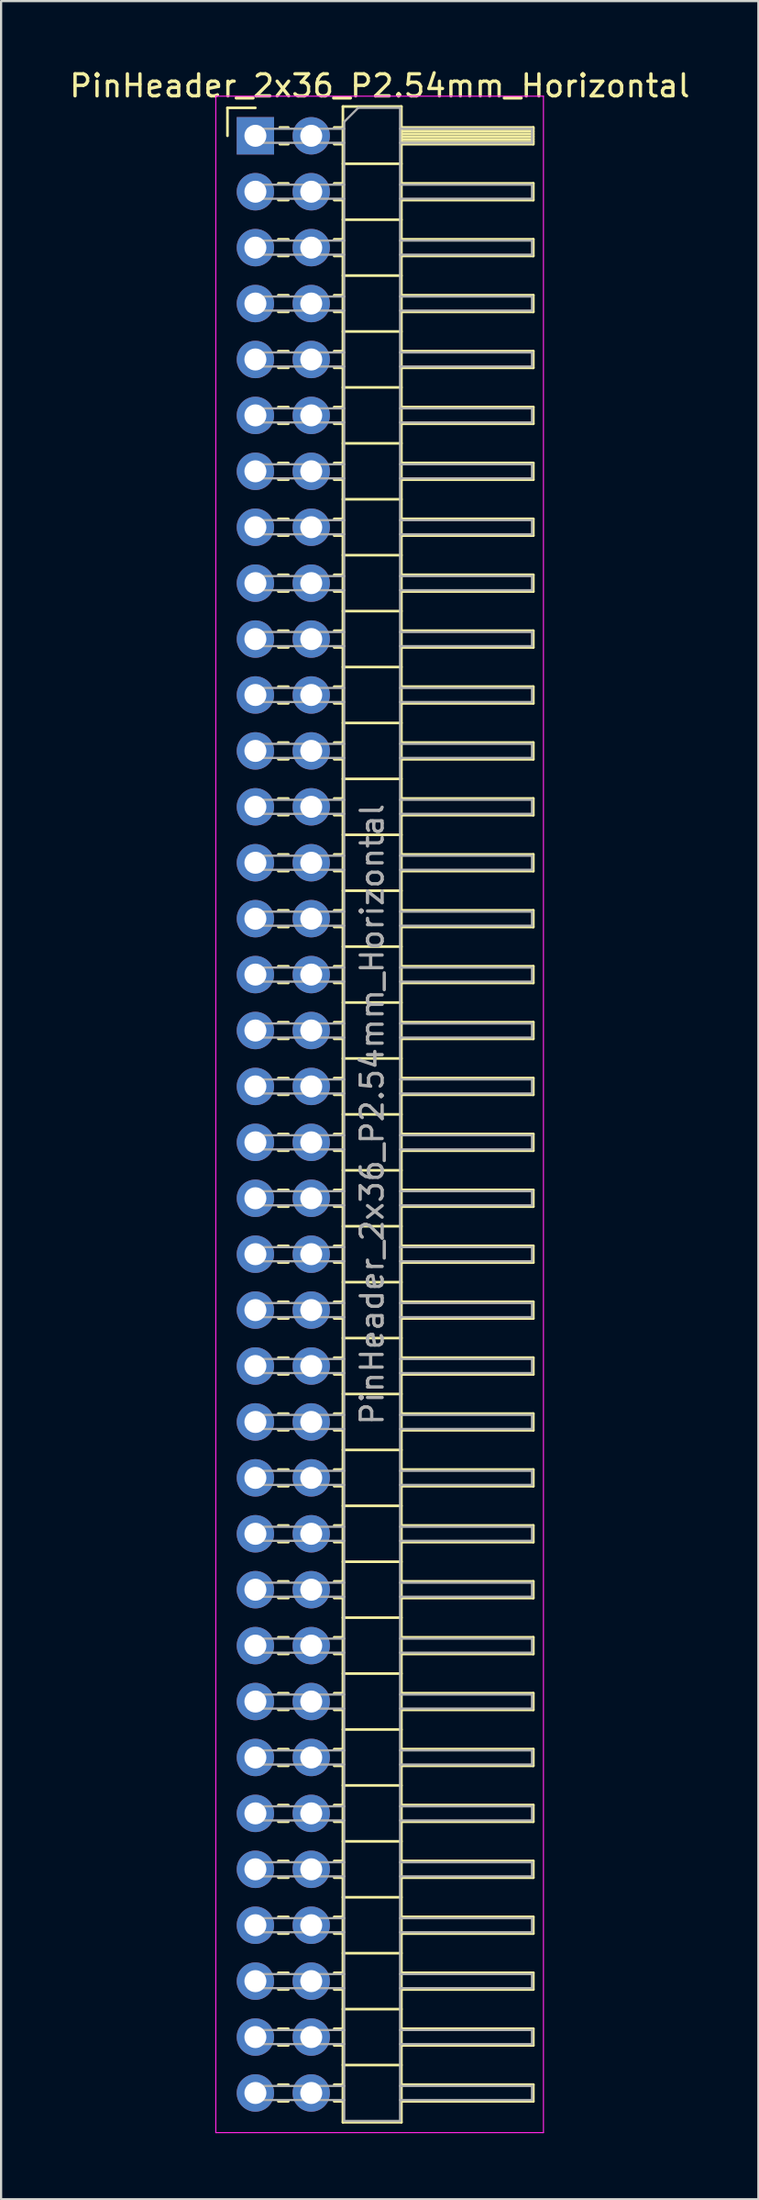
<source format=kicad_pcb>
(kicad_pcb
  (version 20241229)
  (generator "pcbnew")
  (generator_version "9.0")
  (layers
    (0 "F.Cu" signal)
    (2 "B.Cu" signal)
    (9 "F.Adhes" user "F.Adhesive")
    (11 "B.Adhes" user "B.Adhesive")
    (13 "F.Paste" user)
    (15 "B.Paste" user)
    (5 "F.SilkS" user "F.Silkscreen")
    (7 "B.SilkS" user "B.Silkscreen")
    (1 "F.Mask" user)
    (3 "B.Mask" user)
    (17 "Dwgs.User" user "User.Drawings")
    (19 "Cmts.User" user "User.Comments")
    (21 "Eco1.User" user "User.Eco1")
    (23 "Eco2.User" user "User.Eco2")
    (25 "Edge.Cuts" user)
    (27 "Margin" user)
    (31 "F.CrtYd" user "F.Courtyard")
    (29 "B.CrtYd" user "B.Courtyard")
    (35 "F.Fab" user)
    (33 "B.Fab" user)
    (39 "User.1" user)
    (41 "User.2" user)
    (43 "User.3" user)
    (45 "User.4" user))
  (footprint "PinHeader_2x36_P2.54mm_Horizontal"
    (layer "F.Cu")
    (at 8.565 3.118)
    (property "Reference" "PinHeader_2x36_P2.54mm_Horizontal" (at 5.655 -2.27 0) (layer "F.SilkS") (effects (font (size 1 1) (thickness 0.15))))
    (attr through_hole)
    (fp_line (start -1.27 -1.27) (end 0 -1.27) (stroke (width 0.12) (type solid)) (layer "F.SilkS"))
    (fp_line (start -1.27 0) (end -1.27 -1.27) (stroke (width 0.12) (type solid)) (layer "F.SilkS"))
    (fp_line (start 1.043 2.16) (end 1.497 2.16) (stroke (width 0.12) (type solid)) (layer "F.SilkS"))
    (fp_line (start 1.043 2.92) (end 1.497 2.92) (stroke (width 0.12) (type solid)) (layer "F.SilkS"))
    (fp_line (start 1.043 4.7) (end 1.497 4.7) (stroke (width 0.12) (type solid)) (layer "F.SilkS"))
    (fp_line (start 1.043 5.46) (end 1.497 5.46) (stroke (width 0.12) (type solid)) (layer "F.SilkS"))
    (fp_line (start 1.043 7.24) (end 1.497 7.24) (stroke (width 0.12) (type solid)) (layer "F.SilkS"))
    (fp_line (start 1.043 8) (end 1.497 8) (stroke (width 0.12) (type solid)) (layer "F.SilkS"))
    (fp_line (start 1.043 9.78) (end 1.497 9.78) (stroke (width 0.12) (type solid)) (layer "F.SilkS"))
    (fp_line (start 1.043 10.54) (end 1.497 10.54) (stroke (width 0.12) (type solid)) (layer "F.SilkS"))
    (fp_line (start 1.043 12.32) (end 1.497 12.32) (stroke (width 0.12) (type solid)) (layer "F.SilkS"))
    (fp_line (start 1.043 13.08) (end 1.497 13.08) (stroke (width 0.12) (type solid)) (layer "F.SilkS"))
    (fp_line (start 1.043 14.86) (end 1.497 14.86) (stroke (width 0.12) (type solid)) (layer "F.SilkS"))
    (fp_line (start 1.043 15.62) (end 1.497 15.62) (stroke (width 0.12) (type solid)) (layer "F.SilkS"))
    (fp_line (start 1.043 17.4) (end 1.497 17.4) (stroke (width 0.12) (type solid)) (layer "F.SilkS"))
    (fp_line (start 1.043 18.16) (end 1.497 18.16) (stroke (width 0.12) (type solid)) (layer "F.SilkS"))
    (fp_line (start 1.043 19.94) (end 1.497 19.94) (stroke (width 0.12) (type solid)) (layer "F.SilkS"))
    (fp_line (start 1.043 20.7) (end 1.497 20.7) (stroke (width 0.12) (type solid)) (layer "F.SilkS"))
    (fp_line (start 1.043 22.48) (end 1.497 22.48) (stroke (width 0.12) (type solid)) (layer "F.SilkS"))
    (fp_line (start 1.043 23.24) (end 1.497 23.24) (stroke (width 0.12) (type solid)) (layer "F.SilkS"))
    (fp_line (start 1.043 25.02) (end 1.497 25.02) (stroke (width 0.12) (type solid)) (layer "F.SilkS"))
    (fp_line (start 1.043 25.78) (end 1.497 25.78) (stroke (width 0.12) (type solid)) (layer "F.SilkS"))
    (fp_line (start 1.043 27.56) (end 1.497 27.56) (stroke (width 0.12) (type solid)) (layer "F.SilkS"))
    (fp_line (start 1.043 28.32) (end 1.497 28.32) (stroke (width 0.12) (type solid)) (layer "F.SilkS"))
    (fp_line (start 1.043 30.1) (end 1.497 30.1) (stroke (width 0.12) (type solid)) (layer "F.SilkS"))
    (fp_line (start 1.043 30.86) (end 1.497 30.86) (stroke (width 0.12) (type solid)) (layer "F.SilkS"))
    (fp_line (start 1.043 32.64) (end 1.497 32.64) (stroke (width 0.12) (type solid)) (layer "F.SilkS"))
    (fp_line (start 1.043 33.4) (end 1.497 33.4) (stroke (width 0.12) (type solid)) (layer "F.SilkS"))
    (fp_line (start 1.043 35.18) (end 1.497 35.18) (stroke (width 0.12) (type solid)) (layer "F.SilkS"))
    (fp_line (start 1.043 35.94) (end 1.497 35.94) (stroke (width 0.12) (type solid)) (layer "F.SilkS"))
    (fp_line (start 1.043 37.72) (end 1.497 37.72) (stroke (width 0.12) (type solid)) (layer "F.SilkS"))
    (fp_line (start 1.043 38.48) (end 1.497 38.48) (stroke (width 0.12) (type solid)) (layer "F.SilkS"))
    (fp_line (start 1.043 40.26) (end 1.497 40.26) (stroke (width 0.12) (type solid)) (layer "F.SilkS"))
    (fp_line (start 1.043 41.02) (end 1.497 41.02) (stroke (width 0.12) (type solid)) (layer "F.SilkS"))
    (fp_line (start 1.043 42.8) (end 1.497 42.8) (stroke (width 0.12) (type solid)) (layer "F.SilkS"))
    (fp_line (start 1.043 43.56) (end 1.497 43.56) (stroke (width 0.12) (type solid)) (layer "F.SilkS"))
    (fp_line (start 1.043 45.34) (end 1.497 45.34) (stroke (width 0.12) (type solid)) (layer "F.SilkS"))
    (fp_line (start 1.043 46.1) (end 1.497 46.1) (stroke (width 0.12) (type solid)) (layer "F.SilkS"))
    (fp_line (start 1.043 47.88) (end 1.497 47.88) (stroke (width 0.12) (type solid)) (layer "F.SilkS"))
    (fp_line (start 1.043 48.64) (end 1.497 48.64) (stroke (width 0.12) (type solid)) (layer "F.SilkS"))
    (fp_line (start 1.043 50.42) (end 1.497 50.42) (stroke (width 0.12) (type solid)) (layer "F.SilkS"))
    (fp_line (start 1.043 51.18) (end 1.497 51.18) (stroke (width 0.12) (type solid)) (layer "F.SilkS"))
    (fp_line (start 1.043 52.96) (end 1.497 52.96) (stroke (width 0.12) (type solid)) (layer "F.SilkS"))
    (fp_line (start 1.043 53.72) (end 1.497 53.72) (stroke (width 0.12) (type solid)) (layer "F.SilkS"))
    (fp_line (start 1.043 55.5) (end 1.497 55.5) (stroke (width 0.12) (type solid)) (layer "F.SilkS"))
    (fp_line (start 1.043 56.26) (end 1.497 56.26) (stroke (width 0.12) (type solid)) (layer "F.SilkS"))
    (fp_line (start 1.043 58.04) (end 1.497 58.04) (stroke (width 0.12) (type solid)) (layer "F.SilkS"))
    (fp_line (start 1.043 58.8) (end 1.497 58.8) (stroke (width 0.12) (type solid)) (layer "F.SilkS"))
    (fp_line (start 1.043 60.58) (end 1.497 60.58) (stroke (width 0.12) (type solid)) (layer "F.SilkS"))
    (fp_line (start 1.043 61.34) (end 1.497 61.34) (stroke (width 0.12) (type solid)) (layer "F.SilkS"))
    (fp_line (start 1.043 63.12) (end 1.497 63.12) (stroke (width 0.12) (type solid)) (layer "F.SilkS"))
    (fp_line (start 1.043 63.88) (end 1.497 63.88) (stroke (width 0.12) (type solid)) (layer "F.SilkS"))
    (fp_line (start 1.043 65.66) (end 1.497 65.66) (stroke (width 0.12) (type solid)) (layer "F.SilkS"))
    (fp_line (start 1.043 66.42) (end 1.497 66.42) (stroke (width 0.12) (type solid)) (layer "F.SilkS"))
    (fp_line (start 1.043 68.2) (end 1.497 68.2) (stroke (width 0.12) (type solid)) (layer "F.SilkS"))
    (fp_line (start 1.043 68.96) (end 1.497 68.96) (stroke (width 0.12) (type solid)) (layer "F.SilkS"))
    (fp_line (start 1.043 70.74) (end 1.497 70.74) (stroke (width 0.12) (type solid)) (layer "F.SilkS"))
    (fp_line (start 1.043 71.5) (end 1.497 71.5) (stroke (width 0.12) (type solid)) (layer "F.SilkS"))
    (fp_line (start 1.043 73.28) (end 1.497 73.28) (stroke (width 0.12) (type solid)) (layer "F.SilkS"))
    (fp_line (start 1.043 74.04) (end 1.497 74.04) (stroke (width 0.12) (type solid)) (layer "F.SilkS"))
    (fp_line (start 1.043 75.82) (end 1.497 75.82) (stroke (width 0.12) (type solid)) (layer "F.SilkS"))
    (fp_line (start 1.043 76.58) (end 1.497 76.58) (stroke (width 0.12) (type solid)) (layer "F.SilkS"))
    (fp_line (start 1.043 78.36) (end 1.497 78.36) (stroke (width 0.12) (type solid)) (layer "F.SilkS"))
    (fp_line (start 1.043 79.12) (end 1.497 79.12) (stroke (width 0.12) (type solid)) (layer "F.SilkS"))
    (fp_line (start 1.043 80.9) (end 1.497 80.9) (stroke (width 0.12) (type solid)) (layer "F.SilkS"))
    (fp_line (start 1.043 81.66) (end 1.497 81.66) (stroke (width 0.12) (type solid)) (layer "F.SilkS"))
    (fp_line (start 1.043 83.44) (end 1.497 83.44) (stroke (width 0.12) (type solid)) (layer "F.SilkS"))
    (fp_line (start 1.043 84.2) (end 1.497 84.2) (stroke (width 0.12) (type solid)) (layer "F.SilkS"))
    (fp_line (start 1.043 85.98) (end 1.497 85.98) (stroke (width 0.12) (type solid)) (layer "F.SilkS"))
    (fp_line (start 1.043 86.74) (end 1.497 86.74) (stroke (width 0.12) (type solid)) (layer "F.SilkS"))
    (fp_line (start 1.043 88.52) (end 1.497 88.52) (stroke (width 0.12) (type solid)) (layer "F.SilkS"))
    (fp_line (start 1.043 89.28) (end 1.497 89.28) (stroke (width 0.12) (type solid)) (layer "F.SilkS"))
    (fp_line (start 1.11 -0.38) (end 1.497 -0.38) (stroke (width 0.12) (type solid)) (layer "F.SilkS"))
    (fp_line (start 1.11 0.38) (end 1.497 0.38) (stroke (width 0.12) (type solid)) (layer "F.SilkS"))
    (fp_line (start 3.583 -0.38) (end 3.98 -0.38) (stroke (width 0.12) (type solid)) (layer "F.SilkS"))
    (fp_line (start 3.583 0.38) (end 3.98 0.38) (stroke (width 0.12) (type solid)) (layer "F.SilkS"))
    (fp_line (start 3.583 2.16) (end 3.98 2.16) (stroke (width 0.12) (type solid)) (layer "F.SilkS"))
    (fp_line (start 3.583 2.92) (end 3.98 2.92) (stroke (width 0.12) (type solid)) (layer "F.SilkS"))
    (fp_line (start 3.583 4.7) (end 3.98 4.7) (stroke (width 0.12) (type solid)) (layer "F.SilkS"))
    (fp_line (start 3.583 5.46) (end 3.98 5.46) (stroke (width 0.12) (type solid)) (layer "F.SilkS"))
    (fp_line (start 3.583 7.24) (end 3.98 7.24) (stroke (width 0.12) (type solid)) (layer "F.SilkS"))
    (fp_line (start 3.583 8) (end 3.98 8) (stroke (width 0.12) (type solid)) (layer "F.SilkS"))
    (fp_line (start 3.583 9.78) (end 3.98 9.78) (stroke (width 0.12) (type solid)) (layer "F.SilkS"))
    (fp_line (start 3.583 10.54) (end 3.98 10.54) (stroke (width 0.12) (type solid)) (layer "F.SilkS"))
    (fp_line (start 3.583 12.32) (end 3.98 12.32) (stroke (width 0.12) (type solid)) (layer "F.SilkS"))
    (fp_line (start 3.583 13.08) (end 3.98 13.08) (stroke (width 0.12) (type solid)) (layer "F.SilkS"))
    (fp_line (start 3.583 14.86) (end 3.98 14.86) (stroke (width 0.12) (type solid)) (layer "F.SilkS"))
    (fp_line (start 3.583 15.62) (end 3.98 15.62) (stroke (width 0.12) (type solid)) (layer "F.SilkS"))
    (fp_line (start 3.583 17.4) (end 3.98 17.4) (stroke (width 0.12) (type solid)) (layer "F.SilkS"))
    (fp_line (start 3.583 18.16) (end 3.98 18.16) (stroke (width 0.12) (type solid)) (layer "F.SilkS"))
    (fp_line (start 3.583 19.94) (end 3.98 19.94) (stroke (width 0.12) (type solid)) (layer "F.SilkS"))
    (fp_line (start 3.583 20.7) (end 3.98 20.7) (stroke (width 0.12) (type solid)) (layer "F.SilkS"))
    (fp_line (start 3.583 22.48) (end 3.98 22.48) (stroke (width 0.12) (type solid)) (layer "F.SilkS"))
    (fp_line (start 3.583 23.24) (end 3.98 23.24) (stroke (width 0.12) (type solid)) (layer "F.SilkS"))
    (fp_line (start 3.583 25.02) (end 3.98 25.02) (stroke (width 0.12) (type solid)) (layer "F.SilkS"))
    (fp_line (start 3.583 25.78) (end 3.98 25.78) (stroke (width 0.12) (type solid)) (layer "F.SilkS"))
    (fp_line (start 3.583 27.56) (end 3.98 27.56) (stroke (width 0.12) (type solid)) (layer "F.SilkS"))
    (fp_line (start 3.583 28.32) (end 3.98 28.32) (stroke (width 0.12) (type solid)) (layer "F.SilkS"))
    (fp_line (start 3.583 30.1) (end 3.98 30.1) (stroke (width 0.12) (type solid)) (layer "F.SilkS"))
    (fp_line (start 3.583 30.86) (end 3.98 30.86) (stroke (width 0.12) (type solid)) (layer "F.SilkS"))
    (fp_line (start 3.583 32.64) (end 3.98 32.64) (stroke (width 0.12) (type solid)) (layer "F.SilkS"))
    (fp_line (start 3.583 33.4) (end 3.98 33.4) (stroke (width 0.12) (type solid)) (layer "F.SilkS"))
    (fp_line (start 3.583 35.18) (end 3.98 35.18) (stroke (width 0.12) (type solid)) (layer "F.SilkS"))
    (fp_line (start 3.583 35.94) (end 3.98 35.94) (stroke (width 0.12) (type solid)) (layer "F.SilkS"))
    (fp_line (start 3.583 37.72) (end 3.98 37.72) (stroke (width 0.12) (type solid)) (layer "F.SilkS"))
    (fp_line (start 3.583 38.48) (end 3.98 38.48) (stroke (width 0.12) (type solid)) (layer "F.SilkS"))
    (fp_line (start 3.583 40.26) (end 3.98 40.26) (stroke (width 0.12) (type solid)) (layer "F.SilkS"))
    (fp_line (start 3.583 41.02) (end 3.98 41.02) (stroke (width 0.12) (type solid)) (layer "F.SilkS"))
    (fp_line (start 3.583 42.8) (end 3.98 42.8) (stroke (width 0.12) (type solid)) (layer "F.SilkS"))
    (fp_line (start 3.583 43.56) (end 3.98 43.56) (stroke (width 0.12) (type solid)) (layer "F.SilkS"))
    (fp_line (start 3.583 45.34) (end 3.98 45.34) (stroke (width 0.12) (type solid)) (layer "F.SilkS"))
    (fp_line (start 3.583 46.1) (end 3.98 46.1) (stroke (width 0.12) (type solid)) (layer "F.SilkS"))
    (fp_line (start 3.583 47.88) (end 3.98 47.88) (stroke (width 0.12) (type solid)) (layer "F.SilkS"))
    (fp_line (start 3.583 48.64) (end 3.98 48.64) (stroke (width 0.12) (type solid)) (layer "F.SilkS"))
    (fp_line (start 3.583 50.42) (end 3.98 50.42) (stroke (width 0.12) (type solid)) (layer "F.SilkS"))
    (fp_line (start 3.583 51.18) (end 3.98 51.18) (stroke (width 0.12) (type solid)) (layer "F.SilkS"))
    (fp_line (start 3.583 52.96) (end 3.98 52.96) (stroke (width 0.12) (type solid)) (layer "F.SilkS"))
    (fp_line (start 3.583 53.72) (end 3.98 53.72) (stroke (width 0.12) (type solid)) (layer "F.SilkS"))
    (fp_line (start 3.583 55.5) (end 3.98 55.5) (stroke (width 0.12) (type solid)) (layer "F.SilkS"))
    (fp_line (start 3.583 56.26) (end 3.98 56.26) (stroke (width 0.12) (type solid)) (layer "F.SilkS"))
    (fp_line (start 3.583 58.04) (end 3.98 58.04) (stroke (width 0.12) (type solid)) (layer "F.SilkS"))
    (fp_line (start 3.583 58.8) (end 3.98 58.8) (stroke (width 0.12) (type solid)) (layer "F.SilkS"))
    (fp_line (start 3.583 60.58) (end 3.98 60.58) (stroke (width 0.12) (type solid)) (layer "F.SilkS"))
    (fp_line (start 3.583 61.34) (end 3.98 61.34) (stroke (width 0.12) (type solid)) (layer "F.SilkS"))
    (fp_line (start 3.583 63.12) (end 3.98 63.12) (stroke (width 0.12) (type solid)) (layer "F.SilkS"))
    (fp_line (start 3.583 63.88) (end 3.98 63.88) (stroke (width 0.12) (type solid)) (layer "F.SilkS"))
    (fp_line (start 3.583 65.66) (end 3.98 65.66) (stroke (width 0.12) (type solid)) (layer "F.SilkS"))
    (fp_line (start 3.583 66.42) (end 3.98 66.42) (stroke (width 0.12) (type solid)) (layer "F.SilkS"))
    (fp_line (start 3.583 68.2) (end 3.98 68.2) (stroke (width 0.12) (type solid)) (layer "F.SilkS"))
    (fp_line (start 3.583 68.96) (end 3.98 68.96) (stroke (width 0.12) (type solid)) (layer "F.SilkS"))
    (fp_line (start 3.583 70.74) (end 3.98 70.74) (stroke (width 0.12) (type solid)) (layer "F.SilkS"))
    (fp_line (start 3.583 71.5) (end 3.98 71.5) (stroke (width 0.12) (type solid)) (layer "F.SilkS"))
    (fp_line (start 3.583 73.28) (end 3.98 73.28) (stroke (width 0.12) (type solid)) (layer "F.SilkS"))
    (fp_line (start 3.583 74.04) (end 3.98 74.04) (stroke (width 0.12) (type solid)) (layer "F.SilkS"))
    (fp_line (start 3.583 75.82) (end 3.98 75.82) (stroke (width 0.12) (type solid)) (layer "F.SilkS"))
    (fp_line (start 3.583 76.58) (end 3.98 76.58) (stroke (width 0.12) (type solid)) (layer "F.SilkS"))
    (fp_line (start 3.583 78.36) (end 3.98 78.36) (stroke (width 0.12) (type solid)) (layer "F.SilkS"))
    (fp_line (start 3.583 79.12) (end 3.98 79.12) (stroke (width 0.12) (type solid)) (layer "F.SilkS"))
    (fp_line (start 3.583 80.9) (end 3.98 80.9) (stroke (width 0.12) (type solid)) (layer "F.SilkS"))
    (fp_line (start 3.583 81.66) (end 3.98 81.66) (stroke (width 0.12) (type solid)) (layer "F.SilkS"))
    (fp_line (start 3.583 83.44) (end 3.98 83.44) (stroke (width 0.12) (type solid)) (layer "F.SilkS"))
    (fp_line (start 3.583 84.2) (end 3.98 84.2) (stroke (width 0.12) (type solid)) (layer "F.SilkS"))
    (fp_line (start 3.583 85.98) (end 3.98 85.98) (stroke (width 0.12) (type solid)) (layer "F.SilkS"))
    (fp_line (start 3.583 86.74) (end 3.98 86.74) (stroke (width 0.12) (type solid)) (layer "F.SilkS"))
    (fp_line (start 3.583 88.52) (end 3.98 88.52) (stroke (width 0.12) (type solid)) (layer "F.SilkS"))
    (fp_line (start 3.583 89.28) (end 3.98 89.28) (stroke (width 0.12) (type solid)) (layer "F.SilkS"))
    (fp_line (start 3.98 -1.33) (end 3.98 90.23) (stroke (width 0.12) (type solid)) (layer "F.SilkS"))
    (fp_line (start 3.98 1.27) (end 6.64 1.27) (stroke (width 0.12) (type solid)) (layer "F.SilkS"))
    (fp_line (start 3.98 3.81) (end 6.64 3.81) (stroke (width 0.12) (type solid)) (layer "F.SilkS"))
    (fp_line (start 3.98 6.35) (end 6.64 6.35) (stroke (width 0.12) (type solid)) (layer "F.SilkS"))
    (fp_line (start 3.98 8.89) (end 6.64 8.89) (stroke (width 0.12) (type solid)) (layer "F.SilkS"))
    (fp_line (start 3.98 11.43) (end 6.64 11.43) (stroke (width 0.12) (type solid)) (layer "F.SilkS"))
    (fp_line (start 3.98 13.97) (end 6.64 13.97) (stroke (width 0.12) (type solid)) (layer "F.SilkS"))
    (fp_line (start 3.98 16.51) (end 6.64 16.51) (stroke (width 0.12) (type solid)) (layer "F.SilkS"))
    (fp_line (start 3.98 19.05) (end 6.64 19.05) (stroke (width 0.12) (type solid)) (layer "F.SilkS"))
    (fp_line (start 3.98 21.59) (end 6.64 21.59) (stroke (width 0.12) (type solid)) (layer "F.SilkS"))
    (fp_line (start 3.98 24.13) (end 6.64 24.13) (stroke (width 0.12) (type solid)) (layer "F.SilkS"))
    (fp_line (start 3.98 26.67) (end 6.64 26.67) (stroke (width 0.12) (type solid)) (layer "F.SilkS"))
    (fp_line (start 3.98 29.21) (end 6.64 29.21) (stroke (width 0.12) (type solid)) (layer "F.SilkS"))
    (fp_line (start 3.98 31.75) (end 6.64 31.75) (stroke (width 0.12) (type solid)) (layer "F.SilkS"))
    (fp_line (start 3.98 34.29) (end 6.64 34.29) (stroke (width 0.12) (type solid)) (layer "F.SilkS"))
    (fp_line (start 3.98 36.83) (end 6.64 36.83) (stroke (width 0.12) (type solid)) (layer "F.SilkS"))
    (fp_line (start 3.98 39.37) (end 6.64 39.37) (stroke (width 0.12) (type solid)) (layer "F.SilkS"))
    (fp_line (start 3.98 41.91) (end 6.64 41.91) (stroke (width 0.12) (type solid)) (layer "F.SilkS"))
    (fp_line (start 3.98 44.45) (end 6.64 44.45) (stroke (width 0.12) (type solid)) (layer "F.SilkS"))
    (fp_line (start 3.98 46.99) (end 6.64 46.99) (stroke (width 0.12) (type solid)) (layer "F.SilkS"))
    (fp_line (start 3.98 49.53) (end 6.64 49.53) (stroke (width 0.12) (type solid)) (layer "F.SilkS"))
    (fp_line (start 3.98 52.07) (end 6.64 52.07) (stroke (width 0.12) (type solid)) (layer "F.SilkS"))
    (fp_line (start 3.98 54.61) (end 6.64 54.61) (stroke (width 0.12) (type solid)) (layer "F.SilkS"))
    (fp_line (start 3.98 57.15) (end 6.64 57.15) (stroke (width 0.12) (type solid)) (layer "F.SilkS"))
    (fp_line (start 3.98 59.69) (end 6.64 59.69) (stroke (width 0.12) (type solid)) (layer "F.SilkS"))
    (fp_line (start 3.98 62.23) (end 6.64 62.23) (stroke (width 0.12) (type solid)) (layer "F.SilkS"))
    (fp_line (start 3.98 64.77) (end 6.64 64.77) (stroke (width 0.12) (type solid)) (layer "F.SilkS"))
    (fp_line (start 3.98 67.31) (end 6.64 67.31) (stroke (width 0.12) (type solid)) (layer "F.SilkS"))
    (fp_line (start 3.98 69.85) (end 6.64 69.85) (stroke (width 0.12) (type solid)) (layer "F.SilkS"))
    (fp_line (start 3.98 72.39) (end 6.64 72.39) (stroke (width 0.12) (type solid)) (layer "F.SilkS"))
    (fp_line (start 3.98 74.93) (end 6.64 74.93) (stroke (width 0.12) (type solid)) (layer "F.SilkS"))
    (fp_line (start 3.98 77.47) (end 6.64 77.47) (stroke (width 0.12) (type solid)) (layer "F.SilkS"))
    (fp_line (start 3.98 80.01) (end 6.64 80.01) (stroke (width 0.12) (type solid)) (layer "F.SilkS"))
    (fp_line (start 3.98 82.55) (end 6.64 82.55) (stroke (width 0.12) (type solid)) (layer "F.SilkS"))
    (fp_line (start 3.98 85.09) (end 6.64 85.09) (stroke (width 0.12) (type solid)) (layer "F.SilkS"))
    (fp_line (start 3.98 87.63) (end 6.64 87.63) (stroke (width 0.12) (type solid)) (layer "F.SilkS"))
    (fp_line (start 3.98 90.23) (end 6.64 90.23) (stroke (width 0.12) (type solid)) (layer "F.SilkS"))
    (fp_line (start 6.64 -1.33) (end 3.98 -1.33) (stroke (width 0.12) (type solid)) (layer "F.SilkS"))
    (fp_line (start 6.64 -0.38) (end 12.64 -0.38) (stroke (width 0.12) (type solid)) (layer "F.SilkS"))
    (fp_line (start 6.64 -0.32) (end 12.64 -0.32) (stroke (width 0.12) (type solid)) (layer "F.SilkS"))
    (fp_line (start 6.64 -0.2) (end 12.64 -0.2) (stroke (width 0.12) (type solid)) (layer "F.SilkS"))
    (fp_line (start 6.64 -0.08) (end 12.64 -0.08) (stroke (width 0.12) (type solid)) (layer "F.SilkS"))
    (fp_line (start 6.64 0.04) (end 12.64 0.04) (stroke (width 0.12) (type solid)) (layer "F.SilkS"))
    (fp_line (start 6.64 0.16) (end 12.64 0.16) (stroke (width 0.12) (type solid)) (layer "F.SilkS"))
    (fp_line (start 6.64 0.28) (end 12.64 0.28) (stroke (width 0.12) (type solid)) (layer "F.SilkS"))
    (fp_line (start 6.64 2.16) (end 12.64 2.16) (stroke (width 0.12) (type solid)) (layer "F.SilkS"))
    (fp_line (start 6.64 4.7) (end 12.64 4.7) (stroke (width 0.12) (type solid)) (layer "F.SilkS"))
    (fp_line (start 6.64 7.24) (end 12.64 7.24) (stroke (width 0.12) (type solid)) (layer "F.SilkS"))
    (fp_line (start 6.64 9.78) (end 12.64 9.78) (stroke (width 0.12) (type solid)) (layer "F.SilkS"))
    (fp_line (start 6.64 12.32) (end 12.64 12.32) (stroke (width 0.12) (type solid)) (layer "F.SilkS"))
    (fp_line (start 6.64 14.86) (end 12.64 14.86) (stroke (width 0.12) (type solid)) (layer "F.SilkS"))
    (fp_line (start 6.64 17.4) (end 12.64 17.4) (stroke (width 0.12) (type solid)) (layer "F.SilkS"))
    (fp_line (start 6.64 19.94) (end 12.64 19.94) (stroke (width 0.12) (type solid)) (layer "F.SilkS"))
    (fp_line (start 6.64 22.48) (end 12.64 22.48) (stroke (width 0.12) (type solid)) (layer "F.SilkS"))
    (fp_line (start 6.64 25.02) (end 12.64 25.02) (stroke (width 0.12) (type solid)) (layer "F.SilkS"))
    (fp_line (start 6.64 27.56) (end 12.64 27.56) (stroke (width 0.12) (type solid)) (layer "F.SilkS"))
    (fp_line (start 6.64 30.1) (end 12.64 30.1) (stroke (width 0.12) (type solid)) (layer "F.SilkS"))
    (fp_line (start 6.64 32.64) (end 12.64 32.64) (stroke (width 0.12) (type solid)) (layer "F.SilkS"))
    (fp_line (start 6.64 35.18) (end 12.64 35.18) (stroke (width 0.12) (type solid)) (layer "F.SilkS"))
    (fp_line (start 6.64 37.72) (end 12.64 37.72) (stroke (width 0.12) (type solid)) (layer "F.SilkS"))
    (fp_line (start 6.64 40.26) (end 12.64 40.26) (stroke (width 0.12) (type solid)) (layer "F.SilkS"))
    (fp_line (start 6.64 42.8) (end 12.64 42.8) (stroke (width 0.12) (type solid)) (layer "F.SilkS"))
    (fp_line (start 6.64 45.34) (end 12.64 45.34) (stroke (width 0.12) (type solid)) (layer "F.SilkS"))
    (fp_line (start 6.64 47.88) (end 12.64 47.88) (stroke (width 0.12) (type solid)) (layer "F.SilkS"))
    (fp_line (start 6.64 50.42) (end 12.64 50.42) (stroke (width 0.12) (type solid)) (layer "F.SilkS"))
    (fp_line (start 6.64 52.96) (end 12.64 52.96) (stroke (width 0.12) (type solid)) (layer "F.SilkS"))
    (fp_line (start 6.64 55.5) (end 12.64 55.5) (stroke (width 0.12) (type solid)) (layer "F.SilkS"))
    (fp_line (start 6.64 58.04) (end 12.64 58.04) (stroke (width 0.12) (type solid)) (layer "F.SilkS"))
    (fp_line (start 6.64 60.58) (end 12.64 60.58) (stroke (width 0.12) (type solid)) (layer "F.SilkS"))
    (fp_line (start 6.64 63.12) (end 12.64 63.12) (stroke (width 0.12) (type solid)) (layer "F.SilkS"))
    (fp_line (start 6.64 65.66) (end 12.64 65.66) (stroke (width 0.12) (type solid)) (layer "F.SilkS"))
    (fp_line (start 6.64 68.2) (end 12.64 68.2) (stroke (width 0.12) (type solid)) (layer "F.SilkS"))
    (fp_line (start 6.64 70.74) (end 12.64 70.74) (stroke (width 0.12) (type solid)) (layer "F.SilkS"))
    (fp_line (start 6.64 73.28) (end 12.64 73.28) (stroke (width 0.12) (type solid)) (layer "F.SilkS"))
    (fp_line (start 6.64 75.82) (end 12.64 75.82) (stroke (width 0.12) (type solid)) (layer "F.SilkS"))
    (fp_line (start 6.64 78.36) (end 12.64 78.36) (stroke (width 0.12) (type solid)) (layer "F.SilkS"))
    (fp_line (start 6.64 80.9) (end 12.64 80.9) (stroke (width 0.12) (type solid)) (layer "F.SilkS"))
    (fp_line (start 6.64 83.44) (end 12.64 83.44) (stroke (width 0.12) (type solid)) (layer "F.SilkS"))
    (fp_line (start 6.64 85.98) (end 12.64 85.98) (stroke (width 0.12) (type solid)) (layer "F.SilkS"))
    (fp_line (start 6.64 88.52) (end 12.64 88.52) (stroke (width 0.12) (type solid)) (layer "F.SilkS"))
    (fp_line (start 6.64 90.23) (end 6.64 -1.33) (stroke (width 0.12) (type solid)) (layer "F.SilkS"))
    (fp_line (start 12.64 -0.38) (end 12.64 0.38) (stroke (width 0.12) (type solid)) (layer "F.SilkS"))
    (fp_line (start 12.64 0.38) (end 6.64 0.38) (stroke (width 0.12) (type solid)) (layer "F.SilkS"))
    (fp_line (start 12.64 2.16) (end 12.64 2.92) (stroke (width 0.12) (type solid)) (layer "F.SilkS"))
    (fp_line (start 12.64 2.92) (end 6.64 2.92) (stroke (width 0.12) (type solid)) (layer "F.SilkS"))
    (fp_line (start 12.64 4.7) (end 12.64 5.46) (stroke (width 0.12) (type solid)) (layer "F.SilkS"))
    (fp_line (start 12.64 5.46) (end 6.64 5.46) (stroke (width 0.12) (type solid)) (layer "F.SilkS"))
    (fp_line (start 12.64 7.24) (end 12.64 8) (stroke (width 0.12) (type solid)) (layer "F.SilkS"))
    (fp_line (start 12.64 8) (end 6.64 8) (stroke (width 0.12) (type solid)) (layer "F.SilkS"))
    (fp_line (start 12.64 9.78) (end 12.64 10.54) (stroke (width 0.12) (type solid)) (layer "F.SilkS"))
    (fp_line (start 12.64 10.54) (end 6.64 10.54) (stroke (width 0.12) (type solid)) (layer "F.SilkS"))
    (fp_line (start 12.64 12.32) (end 12.64 13.08) (stroke (width 0.12) (type solid)) (layer "F.SilkS"))
    (fp_line (start 12.64 13.08) (end 6.64 13.08) (stroke (width 0.12) (type solid)) (layer "F.SilkS"))
    (fp_line (start 12.64 14.86) (end 12.64 15.62) (stroke (width 0.12) (type solid)) (layer "F.SilkS"))
    (fp_line (start 12.64 15.62) (end 6.64 15.62) (stroke (width 0.12) (type solid)) (layer "F.SilkS"))
    (fp_line (start 12.64 17.4) (end 12.64 18.16) (stroke (width 0.12) (type solid)) (layer "F.SilkS"))
    (fp_line (start 12.64 18.16) (end 6.64 18.16) (stroke (width 0.12) (type solid)) (layer "F.SilkS"))
    (fp_line (start 12.64 19.94) (end 12.64 20.7) (stroke (width 0.12) (type solid)) (layer "F.SilkS"))
    (fp_line (start 12.64 20.7) (end 6.64 20.7) (stroke (width 0.12) (type solid)) (layer "F.SilkS"))
    (fp_line (start 12.64 22.48) (end 12.64 23.24) (stroke (width 0.12) (type solid)) (layer "F.SilkS"))
    (fp_line (start 12.64 23.24) (end 6.64 23.24) (stroke (width 0.12) (type solid)) (layer "F.SilkS"))
    (fp_line (start 12.64 25.02) (end 12.64 25.78) (stroke (width 0.12) (type solid)) (layer "F.SilkS"))
    (fp_line (start 12.64 25.78) (end 6.64 25.78) (stroke (width 0.12) (type solid)) (layer "F.SilkS"))
    (fp_line (start 12.64 27.56) (end 12.64 28.32) (stroke (width 0.12) (type solid)) (layer "F.SilkS"))
    (fp_line (start 12.64 28.32) (end 6.64 28.32) (stroke (width 0.12) (type solid)) (layer "F.SilkS"))
    (fp_line (start 12.64 30.1) (end 12.64 30.86) (stroke (width 0.12) (type solid)) (layer "F.SilkS"))
    (fp_line (start 12.64 30.86) (end 6.64 30.86) (stroke (width 0.12) (type solid)) (layer "F.SilkS"))
    (fp_line (start 12.64 32.64) (end 12.64 33.4) (stroke (width 0.12) (type solid)) (layer "F.SilkS"))
    (fp_line (start 12.64 33.4) (end 6.64 33.4) (stroke (width 0.12) (type solid)) (layer "F.SilkS"))
    (fp_line (start 12.64 35.18) (end 12.64 35.94) (stroke (width 0.12) (type solid)) (layer "F.SilkS"))
    (fp_line (start 12.64 35.94) (end 6.64 35.94) (stroke (width 0.12) (type solid)) (layer "F.SilkS"))
    (fp_line (start 12.64 37.72) (end 12.64 38.48) (stroke (width 0.12) (type solid)) (layer "F.SilkS"))
    (fp_line (start 12.64 38.48) (end 6.64 38.48) (stroke (width 0.12) (type solid)) (layer "F.SilkS"))
    (fp_line (start 12.64 40.26) (end 12.64 41.02) (stroke (width 0.12) (type solid)) (layer "F.SilkS"))
    (fp_line (start 12.64 41.02) (end 6.64 41.02) (stroke (width 0.12) (type solid)) (layer "F.SilkS"))
    (fp_line (start 12.64 42.8) (end 12.64 43.56) (stroke (width 0.12) (type solid)) (layer "F.SilkS"))
    (fp_line (start 12.64 43.56) (end 6.64 43.56) (stroke (width 0.12) (type solid)) (layer "F.SilkS"))
    (fp_line (start 12.64 45.34) (end 12.64 46.1) (stroke (width 0.12) (type solid)) (layer "F.SilkS"))
    (fp_line (start 12.64 46.1) (end 6.64 46.1) (stroke (width 0.12) (type solid)) (layer "F.SilkS"))
    (fp_line (start 12.64 47.88) (end 12.64 48.64) (stroke (width 0.12) (type solid)) (layer "F.SilkS"))
    (fp_line (start 12.64 48.64) (end 6.64 48.64) (stroke (width 0.12) (type solid)) (layer "F.SilkS"))
    (fp_line (start 12.64 50.42) (end 12.64 51.18) (stroke (width 0.12) (type solid)) (layer "F.SilkS"))
    (fp_line (start 12.64 51.18) (end 6.64 51.18) (stroke (width 0.12) (type solid)) (layer "F.SilkS"))
    (fp_line (start 12.64 52.96) (end 12.64 53.72) (stroke (width 0.12) (type solid)) (layer "F.SilkS"))
    (fp_line (start 12.64 53.72) (end 6.64 53.72) (stroke (width 0.12) (type solid)) (layer "F.SilkS"))
    (fp_line (start 12.64 55.5) (end 12.64 56.26) (stroke (width 0.12) (type solid)) (layer "F.SilkS"))
    (fp_line (start 12.64 56.26) (end 6.64 56.26) (stroke (width 0.12) (type solid)) (layer "F.SilkS"))
    (fp_line (start 12.64 58.04) (end 12.64 58.8) (stroke (width 0.12) (type solid)) (layer "F.SilkS"))
    (fp_line (start 12.64 58.8) (end 6.64 58.8) (stroke (width 0.12) (type solid)) (layer "F.SilkS"))
    (fp_line (start 12.64 60.58) (end 12.64 61.34) (stroke (width 0.12) (type solid)) (layer "F.SilkS"))
    (fp_line (start 12.64 61.34) (end 6.64 61.34) (stroke (width 0.12) (type solid)) (layer "F.SilkS"))
    (fp_line (start 12.64 63.12) (end 12.64 63.88) (stroke (width 0.12) (type solid)) (layer "F.SilkS"))
    (fp_line (start 12.64 63.88) (end 6.64 63.88) (stroke (width 0.12) (type solid)) (layer "F.SilkS"))
    (fp_line (start 12.64 65.66) (end 12.64 66.42) (stroke (width 0.12) (type solid)) (layer "F.SilkS"))
    (fp_line (start 12.64 66.42) (end 6.64 66.42) (stroke (width 0.12) (type solid)) (layer "F.SilkS"))
    (fp_line (start 12.64 68.2) (end 12.64 68.96) (stroke (width 0.12) (type solid)) (layer "F.SilkS"))
    (fp_line (start 12.64 68.96) (end 6.64 68.96) (stroke (width 0.12) (type solid)) (layer "F.SilkS"))
    (fp_line (start 12.64 70.74) (end 12.64 71.5) (stroke (width 0.12) (type solid)) (layer "F.SilkS"))
    (fp_line (start 12.64 71.5) (end 6.64 71.5) (stroke (width 0.12) (type solid)) (layer "F.SilkS"))
    (fp_line (start 12.64 73.28) (end 12.64 74.04) (stroke (width 0.12) (type solid)) (layer "F.SilkS"))
    (fp_line (start 12.64 74.04) (end 6.64 74.04) (stroke (width 0.12) (type solid)) (layer "F.SilkS"))
    (fp_line (start 12.64 75.82) (end 12.64 76.58) (stroke (width 0.12) (type solid)) (layer "F.SilkS"))
    (fp_line (start 12.64 76.58) (end 6.64 76.58) (stroke (width 0.12) (type solid)) (layer "F.SilkS"))
    (fp_line (start 12.64 78.36) (end 12.64 79.12) (stroke (width 0.12) (type solid)) (layer "F.SilkS"))
    (fp_line (start 12.64 79.12) (end 6.64 79.12) (stroke (width 0.12) (type solid)) (layer "F.SilkS"))
    (fp_line (start 12.64 80.9) (end 12.64 81.66) (stroke (width 0.12) (type solid)) (layer "F.SilkS"))
    (fp_line (start 12.64 81.66) (end 6.64 81.66) (stroke (width 0.12) (type solid)) (layer "F.SilkS"))
    (fp_line (start 12.64 83.44) (end 12.64 84.2) (stroke (width 0.12) (type solid)) (layer "F.SilkS"))
    (fp_line (start 12.64 84.2) (end 6.64 84.2) (stroke (width 0.12) (type solid)) (layer "F.SilkS"))
    (fp_line (start 12.64 85.98) (end 12.64 86.74) (stroke (width 0.12) (type solid)) (layer "F.SilkS"))
    (fp_line (start 12.64 86.74) (end 6.64 86.74) (stroke (width 0.12) (type solid)) (layer "F.SilkS"))
    (fp_line (start 12.64 88.52) (end 12.64 89.28) (stroke (width 0.12) (type solid)) (layer "F.SilkS"))
    (fp_line (start 12.64 89.28) (end 6.64 89.28) (stroke (width 0.12) (type solid)) (layer "F.SilkS"))
    (fp_line (start -1.8 -1.8) (end -1.8 90.7) (stroke (width 0.05) (type solid)) (layer "F.CrtYd"))
    (fp_line (start -1.8 90.7) (end 13.1 90.7) (stroke (width 0.05) (type solid)) (layer "F.CrtYd"))
    (fp_line (start 13.1 -1.8) (end -1.8 -1.8) (stroke (width 0.05) (type solid)) (layer "F.CrtYd"))
    (fp_line (start 13.1 90.7) (end 13.1 -1.8) (stroke (width 0.05) (type solid)) (layer "F.CrtYd"))
    (fp_line (start -0.32 -0.32) (end -0.32 0.32) (stroke (width 0.1) (type solid)) (layer "F.Fab"))
    (fp_line (start -0.32 -0.32) (end 4.04 -0.32) (stroke (width 0.1) (type solid)) (layer "F.Fab"))
    (fp_line (start -0.32 0.32) (end 4.04 0.32) (stroke (width 0.1) (type solid)) (layer "F.Fab"))
    (fp_line (start -0.32 2.22) (end -0.32 2.86) (stroke (width 0.1) (type solid)) (layer "F.Fab"))
    (fp_line (start -0.32 2.22) (end 4.04 2.22) (stroke (width 0.1) (type solid)) (layer "F.Fab"))
    (fp_line (start -0.32 2.86) (end 4.04 2.86) (stroke (width 0.1) (type solid)) (layer "F.Fab"))
    (fp_line (start -0.32 4.76) (end -0.32 5.4) (stroke (width 0.1) (type solid)) (layer "F.Fab"))
    (fp_line (start -0.32 4.76) (end 4.04 4.76) (stroke (width 0.1) (type solid)) (layer "F.Fab"))
    (fp_line (start -0.32 5.4) (end 4.04 5.4) (stroke (width 0.1) (type solid)) (layer "F.Fab"))
    (fp_line (start -0.32 7.3) (end -0.32 7.94) (stroke (width 0.1) (type solid)) (layer "F.Fab"))
    (fp_line (start -0.32 7.3) (end 4.04 7.3) (stroke (width 0.1) (type solid)) (layer "F.Fab"))
    (fp_line (start -0.32 7.94) (end 4.04 7.94) (stroke (width 0.1) (type solid)) (layer "F.Fab"))
    (fp_line (start -0.32 9.84) (end -0.32 10.48) (stroke (width 0.1) (type solid)) (layer "F.Fab"))
    (fp_line (start -0.32 9.84) (end 4.04 9.84) (stroke (width 0.1) (type solid)) (layer "F.Fab"))
    (fp_line (start -0.32 10.48) (end 4.04 10.48) (stroke (width 0.1) (type solid)) (layer "F.Fab"))
    (fp_line (start -0.32 12.38) (end -0.32 13.02) (stroke (width 0.1) (type solid)) (layer "F.Fab"))
    (fp_line (start -0.32 12.38) (end 4.04 12.38) (stroke (width 0.1) (type solid)) (layer "F.Fab"))
    (fp_line (start -0.32 13.02) (end 4.04 13.02) (stroke (width 0.1) (type solid)) (layer "F.Fab"))
    (fp_line (start -0.32 14.92) (end -0.32 15.56) (stroke (width 0.1) (type solid)) (layer "F.Fab"))
    (fp_line (start -0.32 14.92) (end 4.04 14.92) (stroke (width 0.1) (type solid)) (layer "F.Fab"))
    (fp_line (start -0.32 15.56) (end 4.04 15.56) (stroke (width 0.1) (type solid)) (layer "F.Fab"))
    (fp_line (start -0.32 17.46) (end -0.32 18.1) (stroke (width 0.1) (type solid)) (layer "F.Fab"))
    (fp_line (start -0.32 17.46) (end 4.04 17.46) (stroke (width 0.1) (type solid)) (layer "F.Fab"))
    (fp_line (start -0.32 18.1) (end 4.04 18.1) (stroke (width 0.1) (type solid)) (layer "F.Fab"))
    (fp_line (start -0.32 20) (end -0.32 20.64) (stroke (width 0.1) (type solid)) (layer "F.Fab"))
    (fp_line (start -0.32 20) (end 4.04 20) (stroke (width 0.1) (type solid)) (layer "F.Fab"))
    (fp_line (start -0.32 20.64) (end 4.04 20.64) (stroke (width 0.1) (type solid)) (layer "F.Fab"))
    (fp_line (start -0.32 22.54) (end -0.32 23.18) (stroke (width 0.1) (type solid)) (layer "F.Fab"))
    (fp_line (start -0.32 22.54) (end 4.04 22.54) (stroke (width 0.1) (type solid)) (layer "F.Fab"))
    (fp_line (start -0.32 23.18) (end 4.04 23.18) (stroke (width 0.1) (type solid)) (layer "F.Fab"))
    (fp_line (start -0.32 25.08) (end -0.32 25.72) (stroke (width 0.1) (type solid)) (layer "F.Fab"))
    (fp_line (start -0.32 25.08) (end 4.04 25.08) (stroke (width 0.1) (type solid)) (layer "F.Fab"))
    (fp_line (start -0.32 25.72) (end 4.04 25.72) (stroke (width 0.1) (type solid)) (layer "F.Fab"))
    (fp_line (start -0.32 27.62) (end -0.32 28.26) (stroke (width 0.1) (type solid)) (layer "F.Fab"))
    (fp_line (start -0.32 27.62) (end 4.04 27.62) (stroke (width 0.1) (type solid)) (layer "F.Fab"))
    (fp_line (start -0.32 28.26) (end 4.04 28.26) (stroke (width 0.1) (type solid)) (layer "F.Fab"))
    (fp_line (start -0.32 30.16) (end -0.32 30.8) (stroke (width 0.1) (type solid)) (layer "F.Fab"))
    (fp_line (start -0.32 30.16) (end 4.04 30.16) (stroke (width 0.1) (type solid)) (layer "F.Fab"))
    (fp_line (start -0.32 30.8) (end 4.04 30.8) (stroke (width 0.1) (type solid)) (layer "F.Fab"))
    (fp_line (start -0.32 32.7) (end -0.32 33.34) (stroke (width 0.1) (type solid)) (layer "F.Fab"))
    (fp_line (start -0.32 32.7) (end 4.04 32.7) (stroke (width 0.1) (type solid)) (layer "F.Fab"))
    (fp_line (start -0.32 33.34) (end 4.04 33.34) (stroke (width 0.1) (type solid)) (layer "F.Fab"))
    (fp_line (start -0.32 35.24) (end -0.32 35.88) (stroke (width 0.1) (type solid)) (layer "F.Fab"))
    (fp_line (start -0.32 35.24) (end 4.04 35.24) (stroke (width 0.1) (type solid)) (layer "F.Fab"))
    (fp_line (start -0.32 35.88) (end 4.04 35.88) (stroke (width 0.1) (type solid)) (layer "F.Fab"))
    (fp_line (start -0.32 37.78) (end -0.32 38.42) (stroke (width 0.1) (type solid)) (layer "F.Fab"))
    (fp_line (start -0.32 37.78) (end 4.04 37.78) (stroke (width 0.1) (type solid)) (layer "F.Fab"))
    (fp_line (start -0.32 38.42) (end 4.04 38.42) (stroke (width 0.1) (type solid)) (layer "F.Fab"))
    (fp_line (start -0.32 40.32) (end -0.32 40.96) (stroke (width 0.1) (type solid)) (layer "F.Fab"))
    (fp_line (start -0.32 40.32) (end 4.04 40.32) (stroke (width 0.1) (type solid)) (layer "F.Fab"))
    (fp_line (start -0.32 40.96) (end 4.04 40.96) (stroke (width 0.1) (type solid)) (layer "F.Fab"))
    (fp_line (start -0.32 42.86) (end -0.32 43.5) (stroke (width 0.1) (type solid)) (layer "F.Fab"))
    (fp_line (start -0.32 42.86) (end 4.04 42.86) (stroke (width 0.1) (type solid)) (layer "F.Fab"))
    (fp_line (start -0.32 43.5) (end 4.04 43.5) (stroke (width 0.1) (type solid)) (layer "F.Fab"))
    (fp_line (start -0.32 45.4) (end -0.32 46.04) (stroke (width 0.1) (type solid)) (layer "F.Fab"))
    (fp_line (start -0.32 45.4) (end 4.04 45.4) (stroke (width 0.1) (type solid)) (layer "F.Fab"))
    (fp_line (start -0.32 46.04) (end 4.04 46.04) (stroke (width 0.1) (type solid)) (layer "F.Fab"))
    (fp_line (start -0.32 47.94) (end -0.32 48.58) (stroke (width 0.1) (type solid)) (layer "F.Fab"))
    (fp_line (start -0.32 47.94) (end 4.04 47.94) (stroke (width 0.1) (type solid)) (layer "F.Fab"))
    (fp_line (start -0.32 48.58) (end 4.04 48.58) (stroke (width 0.1) (type solid)) (layer "F.Fab"))
    (fp_line (start -0.32 50.48) (end -0.32 51.12) (stroke (width 0.1) (type solid)) (layer "F.Fab"))
    (fp_line (start -0.32 50.48) (end 4.04 50.48) (stroke (width 0.1) (type solid)) (layer "F.Fab"))
    (fp_line (start -0.32 51.12) (end 4.04 51.12) (stroke (width 0.1) (type solid)) (layer "F.Fab"))
    (fp_line (start -0.32 53.02) (end -0.32 53.66) (stroke (width 0.1) (type solid)) (layer "F.Fab"))
    (fp_line (start -0.32 53.02) (end 4.04 53.02) (stroke (width 0.1) (type solid)) (layer "F.Fab"))
    (fp_line (start -0.32 53.66) (end 4.04 53.66) (stroke (width 0.1) (type solid)) (layer "F.Fab"))
    (fp_line (start -0.32 55.56) (end -0.32 56.2) (stroke (width 0.1) (type solid)) (layer "F.Fab"))
    (fp_line (start -0.32 55.56) (end 4.04 55.56) (stroke (width 0.1) (type solid)) (layer "F.Fab"))
    (fp_line (start -0.32 56.2) (end 4.04 56.2) (stroke (width 0.1) (type solid)) (layer "F.Fab"))
    (fp_line (start -0.32 58.1) (end -0.32 58.74) (stroke (width 0.1) (type solid)) (layer "F.Fab"))
    (fp_line (start -0.32 58.1) (end 4.04 58.1) (stroke (width 0.1) (type solid)) (layer "F.Fab"))
    (fp_line (start -0.32 58.74) (end 4.04 58.74) (stroke (width 0.1) (type solid)) (layer "F.Fab"))
    (fp_line (start -0.32 60.64) (end -0.32 61.28) (stroke (width 0.1) (type solid)) (layer "F.Fab"))
    (fp_line (start -0.32 60.64) (end 4.04 60.64) (stroke (width 0.1) (type solid)) (layer "F.Fab"))
    (fp_line (start -0.32 61.28) (end 4.04 61.28) (stroke (width 0.1) (type solid)) (layer "F.Fab"))
    (fp_line (start -0.32 63.18) (end -0.32 63.82) (stroke (width 0.1) (type solid)) (layer "F.Fab"))
    (fp_line (start -0.32 63.18) (end 4.04 63.18) (stroke (width 0.1) (type solid)) (layer "F.Fab"))
    (fp_line (start -0.32 63.82) (end 4.04 63.82) (stroke (width 0.1) (type solid)) (layer "F.Fab"))
    (fp_line (start -0.32 65.72) (end -0.32 66.36) (stroke (width 0.1) (type solid)) (layer "F.Fab"))
    (fp_line (start -0.32 65.72) (end 4.04 65.72) (stroke (width 0.1) (type solid)) (layer "F.Fab"))
    (fp_line (start -0.32 66.36) (end 4.04 66.36) (stroke (width 0.1) (type solid)) (layer "F.Fab"))
    (fp_line (start -0.32 68.26) (end -0.32 68.9) (stroke (width 0.1) (type solid)) (layer "F.Fab"))
    (fp_line (start -0.32 68.26) (end 4.04 68.26) (stroke (width 0.1) (type solid)) (layer "F.Fab"))
    (fp_line (start -0.32 68.9) (end 4.04 68.9) (stroke (width 0.1) (type solid)) (layer "F.Fab"))
    (fp_line (start -0.32 70.8) (end -0.32 71.44) (stroke (width 0.1) (type solid)) (layer "F.Fab"))
    (fp_line (start -0.32 70.8) (end 4.04 70.8) (stroke (width 0.1) (type solid)) (layer "F.Fab"))
    (fp_line (start -0.32 71.44) (end 4.04 71.44) (stroke (width 0.1) (type solid)) (layer "F.Fab"))
    (fp_line (start -0.32 73.34) (end -0.32 73.98) (stroke (width 0.1) (type solid)) (layer "F.Fab"))
    (fp_line (start -0.32 73.34) (end 4.04 73.34) (stroke (width 0.1) (type solid)) (layer "F.Fab"))
    (fp_line (start -0.32 73.98) (end 4.04 73.98) (stroke (width 0.1) (type solid)) (layer "F.Fab"))
    (fp_line (start -0.32 75.88) (end -0.32 76.52) (stroke (width 0.1) (type solid)) (layer "F.Fab"))
    (fp_line (start -0.32 75.88) (end 4.04 75.88) (stroke (width 0.1) (type solid)) (layer "F.Fab"))
    (fp_line (start -0.32 76.52) (end 4.04 76.52) (stroke (width 0.1) (type solid)) (layer "F.Fab"))
    (fp_line (start -0.32 78.42) (end -0.32 79.06) (stroke (width 0.1) (type solid)) (layer "F.Fab"))
    (fp_line (start -0.32 78.42) (end 4.04 78.42) (stroke (width 0.1) (type solid)) (layer "F.Fab"))
    (fp_line (start -0.32 79.06) (end 4.04 79.06) (stroke (width 0.1) (type solid)) (layer "F.Fab"))
    (fp_line (start -0.32 80.96) (end -0.32 81.6) (stroke (width 0.1) (type solid)) (layer "F.Fab"))
    (fp_line (start -0.32 80.96) (end 4.04 80.96) (stroke (width 0.1) (type solid)) (layer "F.Fab"))
    (fp_line (start -0.32 81.6) (end 4.04 81.6) (stroke (width 0.1) (type solid)) (layer "F.Fab"))
    (fp_line (start -0.32 83.5) (end -0.32 84.14) (stroke (width 0.1) (type solid)) (layer "F.Fab"))
    (fp_line (start -0.32 83.5) (end 4.04 83.5) (stroke (width 0.1) (type solid)) (layer "F.Fab"))
    (fp_line (start -0.32 84.14) (end 4.04 84.14) (stroke (width 0.1) (type solid)) (layer "F.Fab"))
    (fp_line (start -0.32 86.04) (end -0.32 86.68) (stroke (width 0.1) (type solid)) (layer "F.Fab"))
    (fp_line (start -0.32 86.04) (end 4.04 86.04) (stroke (width 0.1) (type solid)) (layer "F.Fab"))
    (fp_line (start -0.32 86.68) (end 4.04 86.68) (stroke (width 0.1) (type solid)) (layer "F.Fab"))
    (fp_line (start -0.32 88.58) (end -0.32 89.22) (stroke (width 0.1) (type solid)) (layer "F.Fab"))
    (fp_line (start -0.32 88.58) (end 4.04 88.58) (stroke (width 0.1) (type solid)) (layer "F.Fab"))
    (fp_line (start -0.32 89.22) (end 4.04 89.22) (stroke (width 0.1) (type solid)) (layer "F.Fab"))
    (fp_line (start 4.04 -0.635) (end 4.675 -1.27) (stroke (width 0.1) (type solid)) (layer "F.Fab"))
    (fp_line (start 4.04 90.17) (end 4.04 -0.635) (stroke (width 0.1) (type solid)) (layer "F.Fab"))
    (fp_line (start 4.675 -1.27) (end 6.58 -1.27) (stroke (width 0.1) (type solid)) (layer "F.Fab"))
    (fp_line (start 6.58 -1.27) (end 6.58 90.17) (stroke (width 0.1) (type solid)) (layer "F.Fab"))
    (fp_line (start 6.58 -0.32) (end 12.58 -0.32) (stroke (width 0.1) (type solid)) (layer "F.Fab"))
    (fp_line (start 6.58 0.32) (end 12.58 0.32) (stroke (width 0.1) (type solid)) (layer "F.Fab"))
    (fp_line (start 6.58 2.22) (end 12.58 2.22) (stroke (width 0.1) (type solid)) (layer "F.Fab"))
    (fp_line (start 6.58 2.86) (end 12.58 2.86) (stroke (width 0.1) (type solid)) (layer "F.Fab"))
    (fp_line (start 6.58 4.76) (end 12.58 4.76) (stroke (width 0.1) (type solid)) (layer "F.Fab"))
    (fp_line (start 6.58 5.4) (end 12.58 5.4) (stroke (width 0.1) (type solid)) (layer "F.Fab"))
    (fp_line (start 6.58 7.3) (end 12.58 7.3) (stroke (width 0.1) (type solid)) (layer "F.Fab"))
    (fp_line (start 6.58 7.94) (end 12.58 7.94) (stroke (width 0.1) (type solid)) (layer "F.Fab"))
    (fp_line (start 6.58 9.84) (end 12.58 9.84) (stroke (width 0.1) (type solid)) (layer "F.Fab"))
    (fp_line (start 6.58 10.48) (end 12.58 10.48) (stroke (width 0.1) (type solid)) (layer "F.Fab"))
    (fp_line (start 6.58 12.38) (end 12.58 12.38) (stroke (width 0.1) (type solid)) (layer "F.Fab"))
    (fp_line (start 6.58 13.02) (end 12.58 13.02) (stroke (width 0.1) (type solid)) (layer "F.Fab"))
    (fp_line (start 6.58 14.92) (end 12.58 14.92) (stroke (width 0.1) (type solid)) (layer "F.Fab"))
    (fp_line (start 6.58 15.56) (end 12.58 15.56) (stroke (width 0.1) (type solid)) (layer "F.Fab"))
    (fp_line (start 6.58 17.46) (end 12.58 17.46) (stroke (width 0.1) (type solid)) (layer "F.Fab"))
    (fp_line (start 6.58 18.1) (end 12.58 18.1) (stroke (width 0.1) (type solid)) (layer "F.Fab"))
    (fp_line (start 6.58 20) (end 12.58 20) (stroke (width 0.1) (type solid)) (layer "F.Fab"))
    (fp_line (start 6.58 20.64) (end 12.58 20.64) (stroke (width 0.1) (type solid)) (layer "F.Fab"))
    (fp_line (start 6.58 22.54) (end 12.58 22.54) (stroke (width 0.1) (type solid)) (layer "F.Fab"))
    (fp_line (start 6.58 23.18) (end 12.58 23.18) (stroke (width 0.1) (type solid)) (layer "F.Fab"))
    (fp_line (start 6.58 25.08) (end 12.58 25.08) (stroke (width 0.1) (type solid)) (layer "F.Fab"))
    (fp_line (start 6.58 25.72) (end 12.58 25.72) (stroke (width 0.1) (type solid)) (layer "F.Fab"))
    (fp_line (start 6.58 27.62) (end 12.58 27.62) (stroke (width 0.1) (type solid)) (layer "F.Fab"))
    (fp_line (start 6.58 28.26) (end 12.58 28.26) (stroke (width 0.1) (type solid)) (layer "F.Fab"))
    (fp_line (start 6.58 30.16) (end 12.58 30.16) (stroke (width 0.1) (type solid)) (layer "F.Fab"))
    (fp_line (start 6.58 30.8) (end 12.58 30.8) (stroke (width 0.1) (type solid)) (layer "F.Fab"))
    (fp_line (start 6.58 32.7) (end 12.58 32.7) (stroke (width 0.1) (type solid)) (layer "F.Fab"))
    (fp_line (start 6.58 33.34) (end 12.58 33.34) (stroke (width 0.1) (type solid)) (layer "F.Fab"))
    (fp_line (start 6.58 35.24) (end 12.58 35.24) (stroke (width 0.1) (type solid)) (layer "F.Fab"))
    (fp_line (start 6.58 35.88) (end 12.58 35.88) (stroke (width 0.1) (type solid)) (layer "F.Fab"))
    (fp_line (start 6.58 37.78) (end 12.58 37.78) (stroke (width 0.1) (type solid)) (layer "F.Fab"))
    (fp_line (start 6.58 38.42) (end 12.58 38.42) (stroke (width 0.1) (type solid)) (layer "F.Fab"))
    (fp_line (start 6.58 40.32) (end 12.58 40.32) (stroke (width 0.1) (type solid)) (layer "F.Fab"))
    (fp_line (start 6.58 40.96) (end 12.58 40.96) (stroke (width 0.1) (type solid)) (layer "F.Fab"))
    (fp_line (start 6.58 42.86) (end 12.58 42.86) (stroke (width 0.1) (type solid)) (layer "F.Fab"))
    (fp_line (start 6.58 43.5) (end 12.58 43.5) (stroke (width 0.1) (type solid)) (layer "F.Fab"))
    (fp_line (start 6.58 45.4) (end 12.58 45.4) (stroke (width 0.1) (type solid)) (layer "F.Fab"))
    (fp_line (start 6.58 46.04) (end 12.58 46.04) (stroke (width 0.1) (type solid)) (layer "F.Fab"))
    (fp_line (start 6.58 47.94) (end 12.58 47.94) (stroke (width 0.1) (type solid)) (layer "F.Fab"))
    (fp_line (start 6.58 48.58) (end 12.58 48.58) (stroke (width 0.1) (type solid)) (layer "F.Fab"))
    (fp_line (start 6.58 50.48) (end 12.58 50.48) (stroke (width 0.1) (type solid)) (layer "F.Fab"))
    (fp_line (start 6.58 51.12) (end 12.58 51.12) (stroke (width 0.1) (type solid)) (layer "F.Fab"))
    (fp_line (start 6.58 53.02) (end 12.58 53.02) (stroke (width 0.1) (type solid)) (layer "F.Fab"))
    (fp_line (start 6.58 53.66) (end 12.58 53.66) (stroke (width 0.1) (type solid)) (layer "F.Fab"))
    (fp_line (start 6.58 55.56) (end 12.58 55.56) (stroke (width 0.1) (type solid)) (layer "F.Fab"))
    (fp_line (start 6.58 56.2) (end 12.58 56.2) (stroke (width 0.1) (type solid)) (layer "F.Fab"))
    (fp_line (start 6.58 58.1) (end 12.58 58.1) (stroke (width 0.1) (type solid)) (layer "F.Fab"))
    (fp_line (start 6.58 58.74) (end 12.58 58.74) (stroke (width 0.1) (type solid)) (layer "F.Fab"))
    (fp_line (start 6.58 60.64) (end 12.58 60.64) (stroke (width 0.1) (type solid)) (layer "F.Fab"))
    (fp_line (start 6.58 61.28) (end 12.58 61.28) (stroke (width 0.1) (type solid)) (layer "F.Fab"))
    (fp_line (start 6.58 63.18) (end 12.58 63.18) (stroke (width 0.1) (type solid)) (layer "F.Fab"))
    (fp_line (start 6.58 63.82) (end 12.58 63.82) (stroke (width 0.1) (type solid)) (layer "F.Fab"))
    (fp_line (start 6.58 65.72) (end 12.58 65.72) (stroke (width 0.1) (type solid)) (layer "F.Fab"))
    (fp_line (start 6.58 66.36) (end 12.58 66.36) (stroke (width 0.1) (type solid)) (layer "F.Fab"))
    (fp_line (start 6.58 68.26) (end 12.58 68.26) (stroke (width 0.1) (type solid)) (layer "F.Fab"))
    (fp_line (start 6.58 68.9) (end 12.58 68.9) (stroke (width 0.1) (type solid)) (layer "F.Fab"))
    (fp_line (start 6.58 70.8) (end 12.58 70.8) (stroke (width 0.1) (type solid)) (layer "F.Fab"))
    (fp_line (start 6.58 71.44) (end 12.58 71.44) (stroke (width 0.1) (type solid)) (layer "F.Fab"))
    (fp_line (start 6.58 73.34) (end 12.58 73.34) (stroke (width 0.1) (type solid)) (layer "F.Fab"))
    (fp_line (start 6.58 73.98) (end 12.58 73.98) (stroke (width 0.1) (type solid)) (layer "F.Fab"))
    (fp_line (start 6.58 75.88) (end 12.58 75.88) (stroke (width 0.1) (type solid)) (layer "F.Fab"))
    (fp_line (start 6.58 76.52) (end 12.58 76.52) (stroke (width 0.1) (type solid)) (layer "F.Fab"))
    (fp_line (start 6.58 78.42) (end 12.58 78.42) (stroke (width 0.1) (type solid)) (layer "F.Fab"))
    (fp_line (start 6.58 79.06) (end 12.58 79.06) (stroke (width 0.1) (type solid)) (layer "F.Fab"))
    (fp_line (start 6.58 80.96) (end 12.58 80.96) (stroke (width 0.1) (type solid)) (layer "F.Fab"))
    (fp_line (start 6.58 81.6) (end 12.58 81.6) (stroke (width 0.1) (type solid)) (layer "F.Fab"))
    (fp_line (start 6.58 83.5) (end 12.58 83.5) (stroke (width 0.1) (type solid)) (layer "F.Fab"))
    (fp_line (start 6.58 84.14) (end 12.58 84.14) (stroke (width 0.1) (type solid)) (layer "F.Fab"))
    (fp_line (start 6.58 86.04) (end 12.58 86.04) (stroke (width 0.1) (type solid)) (layer "F.Fab"))
    (fp_line (start 6.58 86.68) (end 12.58 86.68) (stroke (width 0.1) (type solid)) (layer "F.Fab"))
    (fp_line (start 6.58 88.58) (end 12.58 88.58) (stroke (width 0.1) (type solid)) (layer "F.Fab"))
    (fp_line (start 6.58 89.22) (end 12.58 89.22) (stroke (width 0.1) (type solid)) (layer "F.Fab"))
    (fp_line (start 6.58 90.17) (end 4.04 90.17) (stroke (width 0.1) (type solid)) (layer "F.Fab"))
    (fp_line (start 12.58 -0.32) (end 12.58 0.32) (stroke (width 0.1) (type solid)) (layer "F.Fab"))
    (fp_line (start 12.58 2.22) (end 12.58 2.86) (stroke (width 0.1) (type solid)) (layer "F.Fab"))
    (fp_line (start 12.58 4.76) (end 12.58 5.4) (stroke (width 0.1) (type solid)) (layer "F.Fab"))
    (fp_line (start 12.58 7.3) (end 12.58 7.94) (stroke (width 0.1) (type solid)) (layer "F.Fab"))
    (fp_line (start 12.58 9.84) (end 12.58 10.48) (stroke (width 0.1) (type solid)) (layer "F.Fab"))
    (fp_line (start 12.58 12.38) (end 12.58 13.02) (stroke (width 0.1) (type solid)) (layer "F.Fab"))
    (fp_line (start 12.58 14.92) (end 12.58 15.56) (stroke (width 0.1) (type solid)) (layer "F.Fab"))
    (fp_line (start 12.58 17.46) (end 12.58 18.1) (stroke (width 0.1) (type solid)) (layer "F.Fab"))
    (fp_line (start 12.58 20) (end 12.58 20.64) (stroke (width 0.1) (type solid)) (layer "F.Fab"))
    (fp_line (start 12.58 22.54) (end 12.58 23.18) (stroke (width 0.1) (type solid)) (layer "F.Fab"))
    (fp_line (start 12.58 25.08) (end 12.58 25.72) (stroke (width 0.1) (type solid)) (layer "F.Fab"))
    (fp_line (start 12.58 27.62) (end 12.58 28.26) (stroke (width 0.1) (type solid)) (layer "F.Fab"))
    (fp_line (start 12.58 30.16) (end 12.58 30.8) (stroke (width 0.1) (type solid)) (layer "F.Fab"))
    (fp_line (start 12.58 32.7) (end 12.58 33.34) (stroke (width 0.1) (type solid)) (layer "F.Fab"))
    (fp_line (start 12.58 35.24) (end 12.58 35.88) (stroke (width 0.1) (type solid)) (layer "F.Fab"))
    (fp_line (start 12.58 37.78) (end 12.58 38.42) (stroke (width 0.1) (type solid)) (layer "F.Fab"))
    (fp_line (start 12.58 40.32) (end 12.58 40.96) (stroke (width 0.1) (type solid)) (layer "F.Fab"))
    (fp_line (start 12.58 42.86) (end 12.58 43.5) (stroke (width 0.1) (type solid)) (layer "F.Fab"))
    (fp_line (start 12.58 45.4) (end 12.58 46.04) (stroke (width 0.1) (type solid)) (layer "F.Fab"))
    (fp_line (start 12.58 47.94) (end 12.58 48.58) (stroke (width 0.1) (type solid)) (layer "F.Fab"))
    (fp_line (start 12.58 50.48) (end 12.58 51.12) (stroke (width 0.1) (type solid)) (layer "F.Fab"))
    (fp_line (start 12.58 53.02) (end 12.58 53.66) (stroke (width 0.1) (type solid)) (layer "F.Fab"))
    (fp_line (start 12.58 55.56) (end 12.58 56.2) (stroke (width 0.1) (type solid)) (layer "F.Fab"))
    (fp_line (start 12.58 58.1) (end 12.58 58.74) (stroke (width 0.1) (type solid)) (layer "F.Fab"))
    (fp_line (start 12.58 60.64) (end 12.58 61.28) (stroke (width 0.1) (type solid)) (layer "F.Fab"))
    (fp_line (start 12.58 63.18) (end 12.58 63.82) (stroke (width 0.1) (type solid)) (layer "F.Fab"))
    (fp_line (start 12.58 65.72) (end 12.58 66.36) (stroke (width 0.1) (type solid)) (layer "F.Fab"))
    (fp_line (start 12.58 68.26) (end 12.58 68.9) (stroke (width 0.1) (type solid)) (layer "F.Fab"))
    (fp_line (start 12.58 70.8) (end 12.58 71.44) (stroke (width 0.1) (type solid)) (layer "F.Fab"))
    (fp_line (start 12.58 73.34) (end 12.58 73.98) (stroke (width 0.1) (type solid)) (layer "F.Fab"))
    (fp_line (start 12.58 75.88) (end 12.58 76.52) (stroke (width 0.1) (type solid)) (layer "F.Fab"))
    (fp_line (start 12.58 78.42) (end 12.58 79.06) (stroke (width 0.1) (type solid)) (layer "F.Fab"))
    (fp_line (start 12.58 80.96) (end 12.58 81.6) (stroke (width 0.1) (type solid)) (layer "F.Fab"))
    (fp_line (start 12.58 83.5) (end 12.58 84.14) (stroke (width 0.1) (type solid)) (layer "F.Fab"))
    (fp_line (start 12.58 86.04) (end 12.58 86.68) (stroke (width 0.1) (type solid)) (layer "F.Fab"))
    (fp_line (start 12.58 88.58) (end 12.58 89.22) (stroke (width 0.1) (type solid)) (layer "F.Fab"))
    (fp_text user "${REFERENCE}" (at 5.31 44.45 90) (layer "F.Fab") (effects (font (size 1 1) (thickness 0.15))))
    (pad "1" thru_hole rect (at 0 0) (size 1.7 1.7) (drill 1) (layers "*.Cu" "*.Mask"))
    (pad "2" thru_hole oval (at 2.54 0) (size 1.7 1.7) (drill 1) (layers "*.Cu" "*.Mask"))
    (pad "3" thru_hole oval (at 0 2.54) (size 1.7 1.7) (drill 1) (layers "*.Cu" "*.Mask"))
    (pad "4" thru_hole oval (at 2.54 2.54) (size 1.7 1.7) (drill 1) (layers "*.Cu" "*.Mask"))
    (pad "5" thru_hole oval (at 0 5.08) (size 1.7 1.7) (drill 1) (layers "*.Cu" "*.Mask"))
    (pad "6" thru_hole oval (at 2.54 5.08) (size 1.7 1.7) (drill 1) (layers "*.Cu" "*.Mask"))
    (pad "7" thru_hole oval (at 0 7.62) (size 1.7 1.7) (drill 1) (layers "*.Cu" "*.Mask"))
    (pad "8" thru_hole oval (at 2.54 7.62) (size 1.7 1.7) (drill 1) (layers "*.Cu" "*.Mask"))
    (pad "9" thru_hole oval (at 0 10.16) (size 1.7 1.7) (drill 1) (layers "*.Cu" "*.Mask"))
    (pad "10" thru_hole oval (at 2.54 10.16) (size 1.7 1.7) (drill 1) (layers "*.Cu" "*.Mask"))
    (pad "11" thru_hole oval (at 0 12.7) (size 1.7 1.7) (drill 1) (layers "*.Cu" "*.Mask"))
    (pad "12" thru_hole oval (at 2.54 12.7) (size 1.7 1.7) (drill 1) (layers "*.Cu" "*.Mask"))
    (pad "13" thru_hole oval (at 0 15.24) (size 1.7 1.7) (drill 1) (layers "*.Cu" "*.Mask"))
    (pad "14" thru_hole oval (at 2.54 15.24) (size 1.7 1.7) (drill 1) (layers "*.Cu" "*.Mask"))
    (pad "15" thru_hole oval (at 0 17.78) (size 1.7 1.7) (drill 1) (layers "*.Cu" "*.Mask"))
    (pad "16" thru_hole oval (at 2.54 17.78) (size 1.7 1.7) (drill 1) (layers "*.Cu" "*.Mask"))
    (pad "17" thru_hole oval (at 0 20.32) (size 1.7 1.7) (drill 1) (layers "*.Cu" "*.Mask"))
    (pad "18" thru_hole oval (at 2.54 20.32) (size 1.7 1.7) (drill 1) (layers "*.Cu" "*.Mask"))
    (pad "19" thru_hole oval (at 0 22.86) (size 1.7 1.7) (drill 1) (layers "*.Cu" "*.Mask"))
    (pad "20" thru_hole oval (at 2.54 22.86) (size 1.7 1.7) (drill 1) (layers "*.Cu" "*.Mask"))
    (pad "21" thru_hole oval (at 0 25.4) (size 1.7 1.7) (drill 1) (layers "*.Cu" "*.Mask"))
    (pad "22" thru_hole oval (at 2.54 25.4) (size 1.7 1.7) (drill 1) (layers "*.Cu" "*.Mask"))
    (pad "23" thru_hole oval (at 0 27.94) (size 1.7 1.7) (drill 1) (layers "*.Cu" "*.Mask"))
    (pad "24" thru_hole oval (at 2.54 27.94) (size 1.7 1.7) (drill 1) (layers "*.Cu" "*.Mask"))
    (pad "25" thru_hole oval (at 0 30.48) (size 1.7 1.7) (drill 1) (layers "*.Cu" "*.Mask"))
    (pad "26" thru_hole oval (at 2.54 30.48) (size 1.7 1.7) (drill 1) (layers "*.Cu" "*.Mask"))
    (pad "27" thru_hole oval (at 0 33.02) (size 1.7 1.7) (drill 1) (layers "*.Cu" "*.Mask"))
    (pad "28" thru_hole oval (at 2.54 33.02) (size 1.7 1.7) (drill 1) (layers "*.Cu" "*.Mask"))
    (pad "29" thru_hole oval (at 0 35.56) (size 1.7 1.7) (drill 1) (layers "*.Cu" "*.Mask"))
    (pad "30" thru_hole oval (at 2.54 35.56) (size 1.7 1.7) (drill 1) (layers "*.Cu" "*.Mask"))
    (pad "31" thru_hole oval (at 0 38.1) (size 1.7 1.7) (drill 1) (layers "*.Cu" "*.Mask"))
    (pad "32" thru_hole oval (at 2.54 38.1) (size 1.7 1.7) (drill 1) (layers "*.Cu" "*.Mask"))
    (pad "33" thru_hole oval (at 0 40.64) (size 1.7 1.7) (drill 1) (layers "*.Cu" "*.Mask"))
    (pad "34" thru_hole oval (at 2.54 40.64) (size 1.7 1.7) (drill 1) (layers "*.Cu" "*.Mask"))
    (pad "35" thru_hole oval (at 0 43.18) (size 1.7 1.7) (drill 1) (layers "*.Cu" "*.Mask"))
    (pad "36" thru_hole oval (at 2.54 43.18) (size 1.7 1.7) (drill 1) (layers "*.Cu" "*.Mask"))
    (pad "37" thru_hole oval (at 0 45.72) (size 1.7 1.7) (drill 1) (layers "*.Cu" "*.Mask"))
    (pad "38" thru_hole oval (at 2.54 45.72) (size 1.7 1.7) (drill 1) (layers "*.Cu" "*.Mask"))
    (pad "39" thru_hole oval (at 0 48.26) (size 1.7 1.7) (drill 1) (layers "*.Cu" "*.Mask"))
    (pad "40" thru_hole oval (at 2.54 48.26) (size 1.7 1.7) (drill 1) (layers "*.Cu" "*.Mask"))
    (pad "41" thru_hole oval (at 0 50.8) (size 1.7 1.7) (drill 1) (layers "*.Cu" "*.Mask"))
    (pad "42" thru_hole oval (at 2.54 50.8) (size 1.7 1.7) (drill 1) (layers "*.Cu" "*.Mask"))
    (pad "43" thru_hole oval (at 0 53.34) (size 1.7 1.7) (drill 1) (layers "*.Cu" "*.Mask"))
    (pad "44" thru_hole oval (at 2.54 53.34) (size 1.7 1.7) (drill 1) (layers "*.Cu" "*.Mask"))
    (pad "45" thru_hole oval (at 0 55.88) (size 1.7 1.7) (drill 1) (layers "*.Cu" "*.Mask"))
    (pad "46" thru_hole oval (at 2.54 55.88) (size 1.7 1.7) (drill 1) (layers "*.Cu" "*.Mask"))
    (pad "47" thru_hole oval (at 0 58.42) (size 1.7 1.7) (drill 1) (layers "*.Cu" "*.Mask"))
    (pad "48" thru_hole oval (at 2.54 58.42) (size 1.7 1.7) (drill 1) (layers "*.Cu" "*.Mask"))
    (pad "49" thru_hole oval (at 0 60.96) (size 1.7 1.7) (drill 1) (layers "*.Cu" "*.Mask"))
    (pad "50" thru_hole oval (at 2.54 60.96) (size 1.7 1.7) (drill 1) (layers "*.Cu" "*.Mask"))
    (pad "51" thru_hole oval (at 0 63.5) (size 1.7 1.7) (drill 1) (layers "*.Cu" "*.Mask"))
    (pad "52" thru_hole oval (at 2.54 63.5) (size 1.7 1.7) (drill 1) (layers "*.Cu" "*.Mask"))
    (pad "53" thru_hole oval (at 0 66.04) (size 1.7 1.7) (drill 1) (layers "*.Cu" "*.Mask"))
    (pad "54" thru_hole oval (at 2.54 66.04) (size 1.7 1.7) (drill 1) (layers "*.Cu" "*.Mask"))
    (pad "55" thru_hole oval (at 0 68.58) (size 1.7 1.7) (drill 1) (layers "*.Cu" "*.Mask"))
    (pad "56" thru_hole oval (at 2.54 68.58) (size 1.7 1.7) (drill 1) (layers "*.Cu" "*.Mask"))
    (pad "57" thru_hole oval (at 0 71.12) (size 1.7 1.7) (drill 1) (layers "*.Cu" "*.Mask"))
    (pad "58" thru_hole oval (at 2.54 71.12) (size 1.7 1.7) (drill 1) (layers "*.Cu" "*.Mask"))
    (pad "59" thru_hole oval (at 0 73.66) (size 1.7 1.7) (drill 1) (layers "*.Cu" "*.Mask"))
    (pad "60" thru_hole oval (at 2.54 73.66) (size 1.7 1.7) (drill 1) (layers "*.Cu" "*.Mask"))
    (pad "61" thru_hole oval (at 0 76.2) (size 1.7 1.7) (drill 1) (layers "*.Cu" "*.Mask"))
    (pad "62" thru_hole oval (at 2.54 76.2) (size 1.7 1.7) (drill 1) (layers "*.Cu" "*.Mask"))
    (pad "63" thru_hole oval (at 0 78.74) (size 1.7 1.7) (drill 1) (layers "*.Cu" "*.Mask"))
    (pad "64" thru_hole oval (at 2.54 78.74) (size 1.7 1.7) (drill 1) (layers "*.Cu" "*.Mask"))
    (pad "65" thru_hole oval (at 0 81.28) (size 1.7 1.7) (drill 1) (layers "*.Cu" "*.Mask"))
    (pad "66" thru_hole oval (at 2.54 81.28) (size 1.7 1.7) (drill 1) (layers "*.Cu" "*.Mask"))
    (pad "67" thru_hole oval (at 0 83.82) (size 1.7 1.7) (drill 1) (layers "*.Cu" "*.Mask"))
    (pad "68" thru_hole oval (at 2.54 83.82) (size 1.7 1.7) (drill 1) (layers "*.Cu" "*.Mask"))
    (pad "69" thru_hole oval (at 0 86.36) (size 1.7 1.7) (drill 1) (layers "*.Cu" "*.Mask"))
    (pad "70" thru_hole oval (at 2.54 86.36) (size 1.7 1.7) (drill 1) (layers "*.Cu" "*.Mask"))
    (pad "71" thru_hole oval (at 0 88.9) (size 1.7 1.7) (drill 1) (layers "*.Cu" "*.Mask"))
    (pad "72" thru_hole oval (at 2.54 88.9) (size 1.7 1.7) (drill 1) (layers "*.Cu" "*.Mask")))
  (gr_rect
    (start -3 -3)
    (end 31.44 96.843)
    (stroke (width 0.1) (type default))
    (fill no)
    (layer "Edge.Cuts")))
</source>
